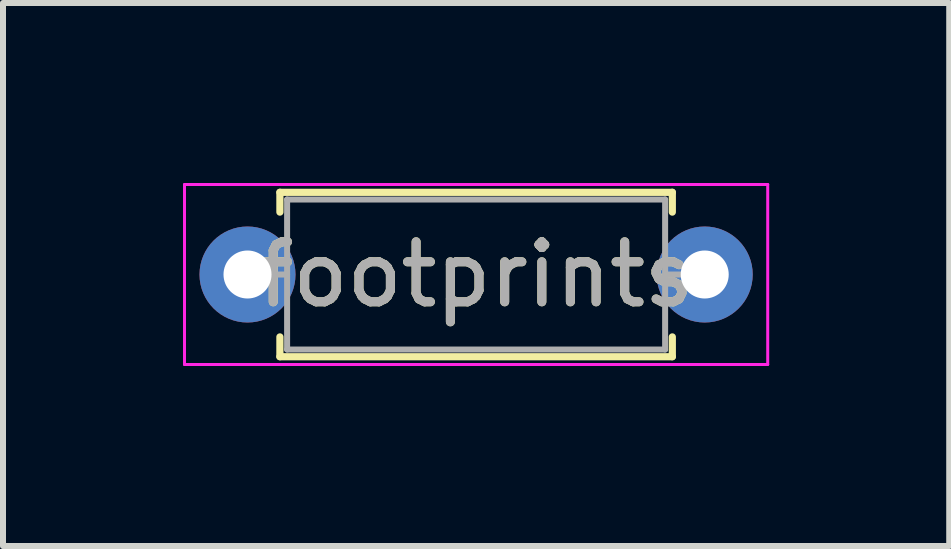
<source format=kicad_pcb>
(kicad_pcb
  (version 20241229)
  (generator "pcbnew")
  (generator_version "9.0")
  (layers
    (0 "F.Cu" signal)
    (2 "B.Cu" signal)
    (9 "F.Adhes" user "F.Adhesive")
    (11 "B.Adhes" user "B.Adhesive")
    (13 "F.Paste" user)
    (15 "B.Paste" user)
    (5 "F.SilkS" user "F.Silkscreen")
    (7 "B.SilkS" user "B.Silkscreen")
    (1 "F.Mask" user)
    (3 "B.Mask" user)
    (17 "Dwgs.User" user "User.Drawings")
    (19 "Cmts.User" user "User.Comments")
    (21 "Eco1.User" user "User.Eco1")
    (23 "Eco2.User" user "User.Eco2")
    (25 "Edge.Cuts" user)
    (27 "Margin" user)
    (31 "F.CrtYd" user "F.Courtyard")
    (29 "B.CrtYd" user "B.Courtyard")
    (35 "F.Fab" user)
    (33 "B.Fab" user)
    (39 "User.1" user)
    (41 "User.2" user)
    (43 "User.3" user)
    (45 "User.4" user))
  (footprint "footprints"
    (layer "F.Cu")
    (at 4.885 1.525)
    (property "Reference" "footprints" (at 0 0 0) (layer "F.SilkS") (effects (font (size 1 1) (thickness 0.15))))
    (attr through_hole)
    (fp_line (start -3.27 -1.37) (end 3.27 -1.37) (stroke (width 0.12) (type solid)) (layer "F.SilkS"))
    (fp_line (start -3.27 -1.04) (end -3.27 -1.37) (stroke (width 0.12) (type solid)) (layer "F.SilkS"))
    (fp_line (start -3.27 1.04) (end -3.27 1.37) (stroke (width 0.12) (type solid)) (layer "F.SilkS"))
    (fp_line (start -3.27 1.37) (end 3.27 1.37) (stroke (width 0.12) (type solid)) (layer "F.SilkS"))
    (fp_line (start 3.27 -1.37) (end 3.27 -1.04) (stroke (width 0.12) (type solid)) (layer "F.SilkS"))
    (fp_line (start 3.27 1.37) (end 3.27 1.04) (stroke (width 0.12) (type solid)) (layer "F.SilkS"))
    (fp_line (start -4.86 -1.5) (end -4.86 1.5) (stroke (width 0.05) (type solid)) (layer "F.CrtYd"))
    (fp_line (start -4.86 1.5) (end 4.86 1.5) (stroke (width 0.05) (type solid)) (layer "F.CrtYd"))
    (fp_line (start 4.86 -1.5) (end -4.86 -1.5) (stroke (width 0.05) (type solid)) (layer "F.CrtYd"))
    (fp_line (start 4.86 1.5) (end 4.86 -1.5) (stroke (width 0.05) (type solid)) (layer "F.CrtYd"))
    (fp_line (start -3.81 0) (end -3.15 0) (stroke (width 0.1) (type solid)) (layer "F.Fab"))
    (fp_line (start -3.15 -1.25) (end -3.15 1.25) (stroke (width 0.1) (type solid)) (layer "F.Fab"))
    (fp_line (start -3.15 1.25) (end 3.15 1.25) (stroke (width 0.1) (type solid)) (layer "F.Fab"))
    (fp_line (start 3.15 -1.25) (end -3.15 -1.25) (stroke (width 0.1) (type solid)) (layer "F.Fab"))
    (fp_line (start 3.15 1.25) (end 3.15 -1.25) (stroke (width 0.1) (type solid)) (layer "F.Fab"))
    (fp_line (start 3.81 0) (end 3.15 0) (stroke (width 0.1) (type solid)) (layer "F.Fab"))
    (fp_text user "${REFERENCE}" (at 0 0 0) (layer "F.Fab") (effects (font (size 1 1) (thickness 0.15))))
    (pad "1" thru_hole circle (at -3.81 0) (size 1.6 1.6) (drill 0.8) (layers "*.Cu" "*.Mask"))
    (pad "2" thru_hole oval (at 3.81 0) (size 1.6 1.6) (drill 0.8) (layers "*.Cu" "*.Mask")))
  (gr_rect
    (start -3 -3)
    (end 12.77 6.05)
    (stroke (width 0.1) (type default))
    (fill no)
    (layer "Edge.Cuts")))
</source>
